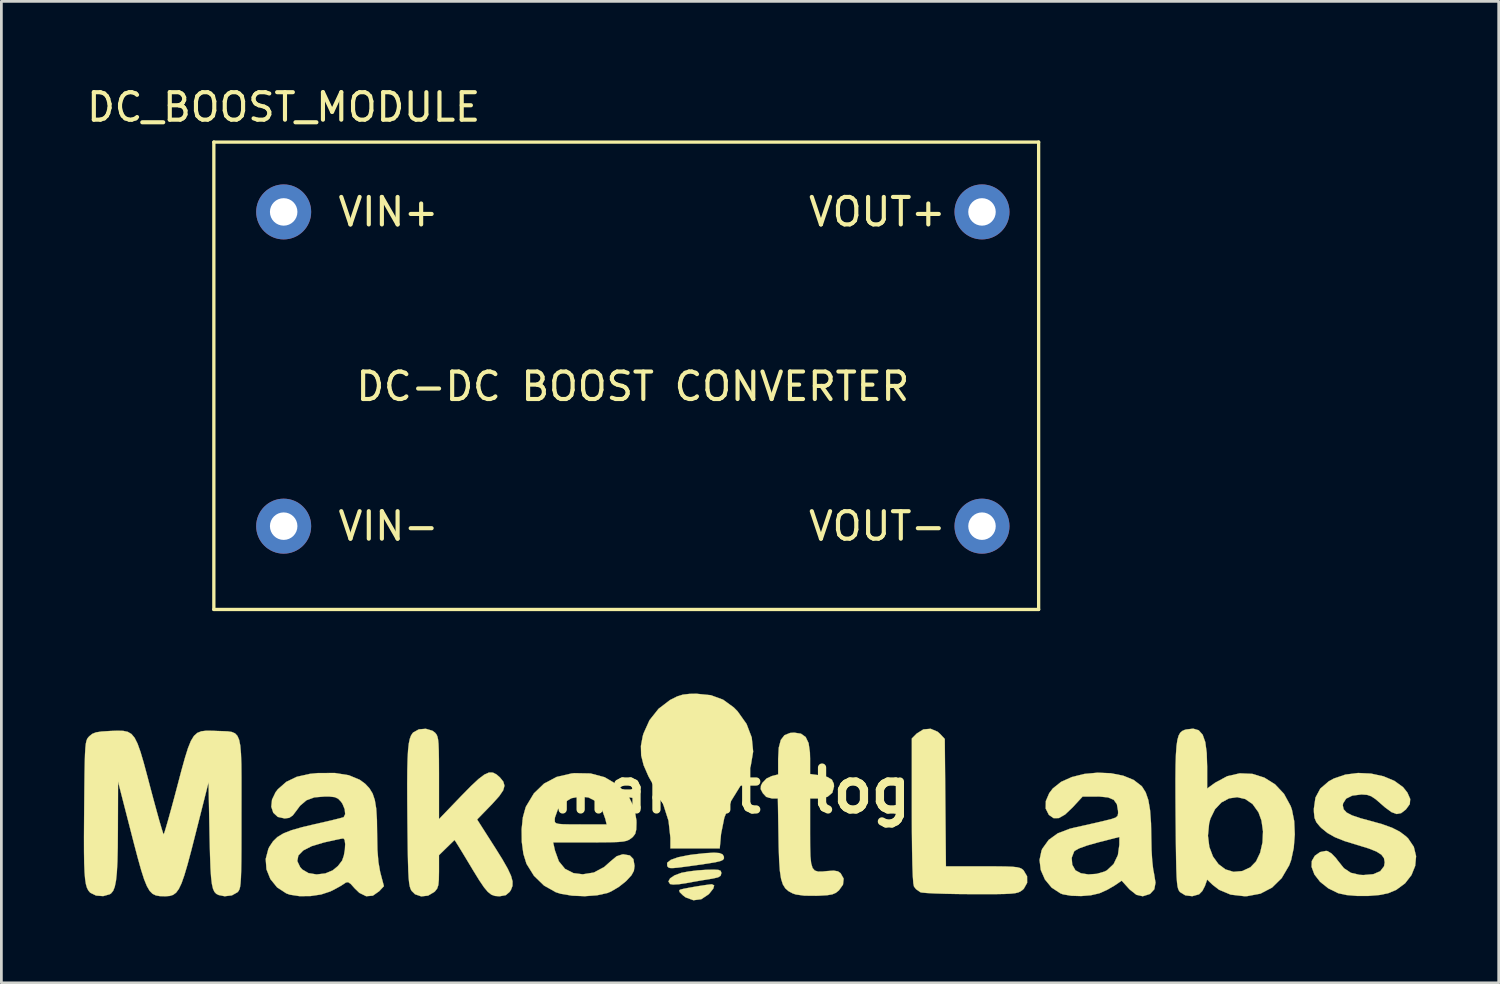
<source format=kicad_pcb>
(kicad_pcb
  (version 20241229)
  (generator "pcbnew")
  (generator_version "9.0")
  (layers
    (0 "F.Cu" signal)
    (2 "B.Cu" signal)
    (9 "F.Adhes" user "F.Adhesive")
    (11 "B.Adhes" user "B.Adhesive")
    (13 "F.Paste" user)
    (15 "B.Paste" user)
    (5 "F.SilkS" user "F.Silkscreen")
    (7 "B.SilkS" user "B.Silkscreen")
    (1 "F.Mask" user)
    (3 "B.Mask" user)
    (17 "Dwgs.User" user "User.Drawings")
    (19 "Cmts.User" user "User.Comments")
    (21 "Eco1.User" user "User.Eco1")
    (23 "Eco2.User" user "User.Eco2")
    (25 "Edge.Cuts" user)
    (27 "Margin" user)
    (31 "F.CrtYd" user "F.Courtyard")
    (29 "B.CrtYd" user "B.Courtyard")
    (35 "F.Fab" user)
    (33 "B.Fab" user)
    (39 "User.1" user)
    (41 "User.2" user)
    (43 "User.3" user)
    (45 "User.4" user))
  (footprint "DC_BOOST_MODULE"
    (layer "F.Cu")
    (at 4.728 2.118)
    (property "Reference" "DC_BOOST_MODULE" (at 2.54 -1.27 0) (layer "F.SilkS") (effects (font (size 1 1) (thickness 0.15))))
    (attr through_hole)
    (fp_line (start 0 0) (end 0 17) (stroke (width 0.12) (type solid)) (layer "F.SilkS"))
    (fp_line (start 0 0) (end 30 0) (stroke (width 0.12) (type solid)) (layer "F.SilkS"))
    (fp_line (start 0 17) (end 30 17) (stroke (width 0.12) (type solid)) (layer "F.SilkS"))
    (fp_line (start 30 0) (end 30 17) (stroke (width 0.12) (type solid)) (layer "F.SilkS"))
    (fp_text user "DC-DC BOOST CONVERTER" (at 15.24 8.89 0) (layer "F.SilkS") (effects (font (size 1 1) (thickness 0.15))))
    (fp_text user "VOUT-" (at 24.13 13.97 0) (layer "F.SilkS") (effects (font (size 1 1) (thickness 0.15))))
    (fp_text user "VIN-" (at 6.35 13.97 0) (layer "F.SilkS") (effects (font (size 1 1) (thickness 0.15))))
    (fp_text user "VOUT+" (at 24.13 2.54 0) (layer "F.SilkS") (effects (font (size 1 1) (thickness 0.15))))
    (fp_text user "VIN+" (at 6.35 2.54 0) (layer "F.SilkS") (effects (font (size 1 1) (thickness 0.15))))
    (pad "1" thru_hole circle (at 2.54 2.54) (size 2 2) (drill 1) (layers "*.Cu" "*.Mask"))
    (pad "2" thru_hole circle (at 2.54 13.97) (size 2 2) (drill 1) (layers "*.Cu" "*.Mask"))
    (pad "3" thru_hole circle (at 27.94 2.54) (size 2 2) (drill 1) (layers "*.Cu" "*.Mask"))
    (pad "4" thru_hole circle (at 27.94 13.97) (size 2 2) (drill 1) (layers "*.Cu" "*.Mask")))
  (footprint "makeit-logo"
    (layer "F.Cu")
    (at 24.238 25.703)
    (property "Reference" "makeit-logo" (at 0 0 0) (layer "F.SilkS") (effects (font (size 1.524 1.524) (thickness 0.3))))
    (attr through_hole)
    (fp_poly (pts (xy -1.312 3.452) (xy -1.344 3.567) (xy -1.482 3.742) (xy -1.518 3.779) (xy -1.781 3.954) (xy -2.065 3.991) (xy -2.346 3.889) (xy -2.445 3.815) (xy -2.569 3.693) (xy -2.581 3.626) (xy -2.54 3.603) (xy -2.411 3.572) (xy -2.189 3.53) (xy -1.925 3.484) (xy -1.668 3.444) (xy -1.469 3.417) (xy -1.391 3.411) (xy -1.312 3.452)) (stroke (width 0.01) (type solid)) (fill yes) (layer "F.SilkS"))
    (fp_poly (pts (xy -1.156 2.888) (xy -1.077 2.92) (xy -1.053 2.981) (xy -1.052 3.012) (xy -1.077 3.101) (xy -1.171 3.159) (xy -1.369 3.204) (xy -1.451 3.217) (xy -1.748 3.265) (xy -2.097 3.326) (xy -2.335 3.37) (xy -2.595 3.409) (xy -2.805 3.42) (xy -2.916 3.402) (xy -2.976 3.308) (xy -2.915 3.196) (xy -2.752 3.086) (xy -2.506 2.995) (xy -2.497 2.993) (xy -2.237 2.944) (xy -1.906 2.904) (xy -1.597 2.884) (xy -1.319 2.878) (xy -1.156 2.888)) (stroke (width 0.01) (type solid)) (fill yes) (layer "F.SilkS"))
    (fp_poly (pts (xy -1.12 2.275) (xy -1.007 2.322) (xy -0.959 2.402) (xy -0.958 2.407) (xy -0.956 2.472) (xy -0.993 2.523) (xy -1.09 2.567) (xy -1.266 2.609) (xy -1.543 2.655) (xy -1.941 2.713) (xy -1.99 2.72) (xy -2.378 2.773) (xy -2.646 2.807) (xy -2.82 2.822) (xy -2.922 2.819) (xy -2.978 2.797) (xy -3.011 2.759) (xy -3.019 2.746) (xy -3.022 2.629) (xy -2.888 2.522) (xy -2.624 2.428) (xy -2.238 2.35) (xy -2.047 2.324) (xy -1.621 2.278) (xy -1.318 2.261) (xy -1.12 2.275)) (stroke (width 0.01) (type solid)) (fill yes) (layer "F.SilkS"))
    (fp_poly (pts (xy -1.433 -3.467) (xy -0.987 -3.304) (xy -0.596 -3.019) (xy -0.458 -2.878) (xy -0.133 -2.42) (xy 0.055 -1.927) (xy 0.106 -1.415) (xy 0.019 -0.9) (xy -0.207 -0.398) (xy -0.333 -0.208) (xy -0.695 0.378) (xy -0.942 0.987) (xy -1.061 1.578) (xy -1.109 2.105) (xy -2.903 2.105) (xy -2.903 1.721) (xy -2.972 1.101) (xy -3.174 0.471) (xy -3.432 -0.035) (xy -3.701 -0.515) (xy -3.877 -0.919) (xy -3.967 -1.277) (xy -3.976 -1.619) (xy -3.911 -1.973) (xy -3.882 -2.073) (xy -3.664 -2.557) (xy -3.334 -2.973) (xy -2.919 -3.29) (xy -2.897 -3.302) (xy -2.66 -3.421) (xy -2.451 -3.487) (xy -2.206 -3.515) (xy -1.959 -3.52) (xy -1.433 -3.467)) (stroke (width 0.01) (type solid)) (fill yes) (layer "F.SilkS"))
    (fp_poly (pts (xy 6.814 -2.139) (xy 6.9 -2.063) (xy 7.076 -1.875) (xy 7.097 0.441) (xy 7.118 2.758) (xy 8.457 2.758) (xy 8.933 2.759) (xy 9.284 2.763) (xy 9.535 2.773) (xy 9.705 2.791) (xy 9.816 2.819) (xy 9.891 2.858) (xy 9.942 2.903) (xy 10.07 3.12) (xy 10.071 3.359) (xy 9.95 3.575) (xy 9.896 3.623) (xy 9.828 3.671) (xy 9.748 3.708) (xy 9.638 3.734) (xy 9.477 3.752) (xy 9.247 3.763) (xy 8.927 3.769) (xy 8.498 3.77) (xy 8.027 3.769) (xy 7.54 3.765) (xy 7.094 3.756) (xy 6.713 3.744) (xy 6.419 3.728) (xy 6.236 3.711) (xy 6.191 3.701) (xy 6.03 3.588) (xy 5.956 3.492) (xy 5.932 3.373) (xy 5.913 3.111) (xy 5.898 2.709) (xy 5.887 2.171) (xy 5.88 1.5) (xy 5.878 0.727) (xy 5.878 -1.893) (xy 6.056 -2.072) (xy 6.298 -2.223) (xy 6.563 -2.245) (xy 6.814 -2.139)) (stroke (width 0.01) (type solid)) (fill yes) (layer "F.SilkS"))
    (fp_poly (pts (xy 1.845 -2.067) (xy 2.017 -1.945) (xy 2.123 -1.723) (xy 2.171 -1.386) (xy 2.177 -1.161) (xy 2.177 -0.6) (xy 2.515 -0.554) (xy 2.802 -0.493) (xy 2.969 -0.396) (xy 3.041 -0.245) (xy 3.048 -0.148) (xy 2.987 0.081) (xy 2.81 0.229) (xy 2.528 0.289) (xy 2.48 0.29) (xy 2.177 0.29) (xy 2.177 1.519) (xy 2.179 2.017) (xy 2.189 2.388) (xy 2.216 2.649) (xy 2.267 2.818) (xy 2.349 2.912) (xy 2.47 2.949) (xy 2.638 2.946) (xy 2.786 2.931) (xy 3.034 2.914) (xy 3.19 2.94) (xy 3.288 3.009) (xy 3.398 3.206) (xy 3.374 3.425) (xy 3.224 3.634) (xy 3.114 3.722) (xy 2.985 3.777) (xy 2.801 3.808) (xy 2.522 3.825) (xy 2.407 3.829) (xy 1.97 3.825) (xy 1.662 3.782) (xy 1.547 3.744) (xy 1.393 3.661) (xy 1.275 3.558) (xy 1.186 3.413) (xy 1.122 3.21) (xy 1.079 2.929) (xy 1.052 2.55) (xy 1.035 2.056) (xy 1.029 1.724) (xy 1.005 0.29) (xy 0.795 0.29) (xy 0.584 0.233) (xy 0.46 0.1) (xy 0.38 -0.051) (xy 0.39 -0.175) (xy 0.44 -0.276) (xy 0.595 -0.437) (xy 0.78 -0.524) (xy 1.016 -0.585) (xy 1.016 -1.153) (xy 1.038 -1.558) (xy 1.112 -1.839) (xy 1.246 -2.013) (xy 1.45 -2.094) (xy 1.597 -2.105) (xy 1.845 -2.067)) (stroke (width 0.01) (type solid)) (fill yes) (layer "F.SilkS"))
    (fp_poly (pts (xy -11.562 -2.175) (xy -11.466 -2.105) (xy -11.417 -2.047) (xy -11.381 -1.973) (xy -11.355 -1.861) (xy -11.338 -1.692) (xy -11.328 -1.446) (xy -11.323 -1.101) (xy -11.321 -0.637) (xy -11.321 -0.459) (xy -11.321 1.041) (xy -10.505 0.192) (xy -10.155 -0.164) (xy -9.883 -0.418) (xy -9.672 -0.578) (xy -9.503 -0.654) (xy -9.36 -0.652) (xy -9.225 -0.582) (xy -9.104 -0.475) (xy -8.981 -0.323) (xy -8.939 -0.174) (xy -8.986 -0.006) (xy -9.129 0.204) (xy -9.376 0.479) (xy -9.43 0.535) (xy -9.934 1.054) (xy -9.286 2.069) (xy -9.014 2.505) (xy -8.821 2.843) (xy -8.7 3.104) (xy -8.645 3.306) (xy -8.648 3.47) (xy -8.704 3.615) (xy -8.749 3.685) (xy -8.89 3.806) (xy -9.109 3.846) (xy -9.135 3.846) (xy -9.285 3.835) (xy -9.414 3.789) (xy -9.541 3.69) (xy -9.683 3.521) (xy -9.858 3.263) (xy -10.082 2.899) (xy -10.123 2.83) (xy -10.303 2.531) (xy -10.465 2.263) (xy -10.589 2.06) (xy -10.645 1.97) (xy -10.754 1.798) (xy -11.038 2.075) (xy -11.321 2.352) (xy -11.321 2.941) (xy -11.326 3.244) (xy -11.345 3.439) (xy -11.388 3.567) (xy -11.464 3.664) (xy -11.489 3.688) (xy -11.716 3.823) (xy -11.966 3.851) (xy -12.192 3.774) (xy -12.317 3.65) (xy -12.353 3.583) (xy -12.382 3.493) (xy -12.406 3.363) (xy -12.424 3.179) (xy -12.438 2.924) (xy -12.448 2.581) (xy -12.457 2.136) (xy -12.464 1.573) (xy -12.469 1.128) (xy -12.475 0.373) (xy -12.477 -0.25) (xy -12.473 -0.756) (xy -12.462 -1.158) (xy -12.445 -1.469) (xy -12.419 -1.704) (xy -12.384 -1.875) (xy -12.339 -1.998) (xy -12.283 -2.084) (xy -12.259 -2.111) (xy -12.054 -2.224) (xy -11.8 -2.245) (xy -11.562 -2.175)) (stroke (width 0.01) (type solid)) (fill yes) (layer "F.SilkS"))
    (fp_poly (pts (xy -5.81 -0.62) (xy -5.297 -0.484) (xy -4.851 -0.221) (xy -4.737 -0.123) (xy -4.41 0.244) (xy -4.216 0.638) (xy -4.14 1.086) (xy -4.138 1.174) (xy -4.146 1.422) (xy -4.184 1.576) (xy -4.269 1.687) (xy -4.328 1.736) (xy -4.405 1.79) (xy -4.496 1.829) (xy -4.624 1.856) (xy -4.81 1.873) (xy -5.078 1.882) (xy -5.45 1.886) (xy -5.844 1.887) (xy -7.169 1.887) (xy -7.103 2.182) (xy -6.961 2.575) (xy -6.737 2.849) (xy -6.429 3.005) (xy -6.092 3.048) (xy -5.687 2.983) (xy -5.313 2.783) (xy -5.077 2.573) (xy -4.859 2.392) (xy -4.652 2.324) (xy -4.609 2.322) (xy -4.378 2.362) (xy -4.25 2.494) (xy -4.209 2.735) (xy -4.209 2.748) (xy -4.232 2.921) (xy -4.319 3.082) (xy -4.496 3.275) (xy -4.527 3.305) (xy -4.781 3.507) (xy -5.064 3.673) (xy -5.193 3.728) (xy -5.571 3.811) (xy -6.019 3.844) (xy -6.479 3.825) (xy -6.892 3.756) (xy -7.07 3.7) (xy -7.5 3.458) (xy -7.865 3.104) (xy -8.137 2.667) (xy -8.141 2.657) (xy -8.251 2.301) (xy -8.309 1.868) (xy -8.315 1.407) (xy -8.281 1.085) (xy -7.112 1.085) (xy -7.105 1.146) (xy -7.067 1.187) (xy -6.977 1.213) (xy -6.81 1.227) (xy -6.544 1.233) (xy -6.167 1.234) (xy -5.222 1.234) (xy -5.27 1.034) (xy -5.407 0.651) (xy -5.608 0.394) (xy -5.883 0.253) (xy -6.175 0.218) (xy -6.504 0.28) (xy -6.789 0.448) (xy -7 0.693) (xy -7.105 0.988) (xy -7.112 1.085) (xy -8.281 1.085) (xy -8.269 0.973) (xy -8.17 0.615) (xy -8.155 0.581) (xy -7.869 0.105) (xy -7.499 -0.252) (xy -7.041 -0.494) (xy -6.495 -0.621) (xy -6.394 -0.631) (xy -5.81 -0.62)) (stroke (width 0.01) (type solid)) (fill yes) (layer "F.SilkS"))
    (fp_poly (pts (xy 16.312 -2.191) (xy 16.456 -2.03) (xy 16.552 -1.759) (xy 16.604 -1.365) (xy 16.619 -0.873) (xy 16.619 -0.072) (xy 16.91 -0.283) (xy 17.349 -0.52) (xy 17.807 -0.625) (xy 18.264 -0.605) (xy 18.699 -0.469) (xy 19.09 -0.224) (xy 19.416 0.123) (xy 19.656 0.564) (xy 19.703 0.698) (xy 19.786 1.115) (xy 19.807 1.598) (xy 19.769 2.088) (xy 19.675 2.529) (xy 19.604 2.721) (xy 19.33 3.187) (xy 18.98 3.531) (xy 18.559 3.751) (xy 18.073 3.842) (xy 17.977 3.845) (xy 17.475 3.787) (xy 17.052 3.61) (xy 16.819 3.43) (xy 16.62 3.24) (xy 16.539 3.472) (xy 16.445 3.654) (xy 16.329 3.773) (xy 16.326 3.775) (xy 16.078 3.844) (xy 15.825 3.813) (xy 15.632 3.694) (xy 15.596 3.646) (xy 15.566 3.582) (xy 15.542 3.486) (xy 15.524 3.344) (xy 15.509 3.141) (xy 15.498 2.862) (xy 15.49 2.492) (xy 15.483 2.017) (xy 15.479 1.644) (xy 16.648 1.644) (xy 16.699 2.051) (xy 16.831 2.401) (xy 17.031 2.678) (xy 17.285 2.869) (xy 17.577 2.958) (xy 17.895 2.93) (xy 18.193 2.792) (xy 18.398 2.578) (xy 18.547 2.265) (xy 18.633 1.889) (xy 18.651 1.487) (xy 18.596 1.095) (xy 18.488 0.796) (xy 18.271 0.492) (xy 18.005 0.31) (xy 17.712 0.243) (xy 17.416 0.286) (xy 17.139 0.434) (xy 16.905 0.682) (xy 16.737 1.025) (xy 16.692 1.195) (xy 16.648 1.644) (xy 15.479 1.644) (xy 15.477 1.421) (xy 15.472 0.942) (xy 15.467 0.193) (xy 15.466 -0.424) (xy 15.471 -0.922) (xy 15.484 -1.315) (xy 15.505 -1.616) (xy 15.537 -1.838) (xy 15.581 -1.995) (xy 15.639 -2.099) (xy 15.713 -2.165) (xy 15.803 -2.205) (xy 15.852 -2.219) (xy 16.112 -2.25) (xy 16.312 -2.191)) (stroke (width 0.01) (type solid)) (fill yes) (layer "F.SilkS"))
    (fp_poly (pts (xy 22.581 -0.615) (xy 23.032 -0.517) (xy 23.43 -0.351) (xy 23.745 -0.122) (xy 23.902 0.075) (xy 24.005 0.308) (xy 23.99 0.495) (xy 23.853 0.683) (xy 23.843 0.693) (xy 23.677 0.822) (xy 23.513 0.855) (xy 23.324 0.786) (xy 23.085 0.61) (xy 22.969 0.508) (xy 22.75 0.318) (xy 22.587 0.209) (xy 22.437 0.158) (xy 22.254 0.145) (xy 22.222 0.145) (xy 21.899 0.185) (xy 21.674 0.296) (xy 21.563 0.47) (xy 21.554 0.547) (xy 21.585 0.684) (xy 21.691 0.8) (xy 21.891 0.905) (xy 22.203 1.01) (xy 22.497 1.089) (xy 22.98 1.223) (xy 23.347 1.355) (xy 23.628 1.499) (xy 23.852 1.668) (xy 23.93 1.743) (xy 24.136 2.048) (xy 24.219 2.388) (xy 24.187 2.739) (xy 24.051 3.076) (xy 23.818 3.376) (xy 23.497 3.614) (xy 23.198 3.738) (xy 22.876 3.802) (xy 22.484 3.834) (xy 22.072 3.834) (xy 21.693 3.802) (xy 21.399 3.739) (xy 21.379 3.732) (xy 21.02 3.555) (xy 20.727 3.32) (xy 20.52 3.053) (xy 20.418 2.777) (xy 20.425 2.567) (xy 20.536 2.374) (xy 20.728 2.239) (xy 20.944 2.196) (xy 20.998 2.204) (xy 21.141 2.289) (xy 21.3 2.453) (xy 21.362 2.537) (xy 21.593 2.825) (xy 21.846 2.993) (xy 22.161 3.067) (xy 22.301 3.075) (xy 22.661 3.044) (xy 22.915 2.936) (xy 23.054 2.755) (xy 23.078 2.613) (xy 23.051 2.461) (xy 22.957 2.334) (xy 22.778 2.22) (xy 22.494 2.107) (xy 22.086 1.982) (xy 22.085 1.982) (xy 21.619 1.839) (xy 21.267 1.698) (xy 20.996 1.545) (xy 20.775 1.365) (xy 20.719 1.308) (xy 20.591 1.153) (xy 20.526 0.999) (xy 20.503 0.786) (xy 20.501 0.661) (xy 20.559 0.258) (xy 20.735 -0.069) (xy 21.038 -0.331) (xy 21.226 -0.435) (xy 21.648 -0.579) (xy 22.11 -0.637) (xy 22.581 -0.615)) (stroke (width 0.01) (type solid)) (fill yes) (layer "F.SilkS"))
    (fp_poly (pts (xy 13.115 -0.628) (xy 13.563 -0.54) (xy 13.947 -0.384) (xy 14.236 -0.16) (xy 14.254 -0.139) (xy 14.384 0.068) (xy 14.48 0.347) (xy 14.543 0.716) (xy 14.578 1.194) (xy 14.588 1.727) (xy 14.597 2.161) (xy 14.621 2.555) (xy 14.657 2.87) (xy 14.686 3.014) (xy 14.741 3.352) (xy 14.697 3.593) (xy 14.551 3.753) (xy 14.523 3.769) (xy 14.277 3.846) (xy 14.045 3.793) (xy 13.807 3.605) (xy 13.767 3.563) (xy 13.511 3.28) (xy 13.249 3.458) (xy 12.998 3.604) (xy 12.726 3.728) (xy 12.689 3.741) (xy 12.39 3.81) (xy 12.034 3.839) (xy 11.678 3.828) (xy 11.379 3.777) (xy 11.285 3.743) (xy 10.962 3.531) (xy 10.719 3.236) (xy 10.568 2.891) (xy 10.523 2.528) (xy 10.54 2.446) (xy 11.693 2.446) (xy 11.712 2.698) (xy 11.829 2.903) (xy 12.024 3.009) (xy 12.299 3.052) (xy 12.603 3.031) (xy 12.887 2.948) (xy 12.977 2.901) (xy 13.218 2.673) (xy 13.373 2.349) (xy 13.426 1.972) (xy 13.426 1.689) (xy 12.652 1.887) (xy 12.248 2.001) (xy 11.959 2.106) (xy 11.799 2.197) (xy 11.781 2.217) (xy 11.693 2.446) (xy 10.54 2.446) (xy 10.596 2.18) (xy 10.628 2.112) (xy 10.857 1.795) (xy 11.185 1.558) (xy 11.625 1.39) (xy 11.803 1.347) (xy 12.167 1.266) (xy 12.561 1.177) (xy 12.881 1.102) (xy 13.144 1.036) (xy 13.295 0.983) (xy 13.364 0.919) (xy 13.381 0.825) (xy 13.378 0.739) (xy 13.336 0.497) (xy 13.222 0.339) (xy 13.015 0.251) (xy 12.693 0.219) (xy 12.602 0.218) (xy 12.092 0.218) (xy 11.723 0.617) (xy 11.452 0.874) (xy 11.226 1.003) (xy 11.034 1.005) (xy 10.863 0.886) (xy 10.861 0.883) (xy 10.746 0.656) (xy 10.752 0.384) (xy 10.875 0.097) (xy 11.004 -0.073) (xy 11.306 -0.314) (xy 11.7 -0.491) (xy 12.153 -0.603) (xy 12.635 -0.648) (xy 13.115 -0.628)) (stroke (width 0.01) (type solid)) (fill yes) (layer "F.SilkS"))
    (fp_poly (pts (xy -14.599 -0.555) (xy -14.202 -0.39) (xy -14.008 -0.247) (xy -13.851 -0.08) (xy -13.735 0.109) (xy -13.655 0.347) (xy -13.604 0.657) (xy -13.578 1.063) (xy -13.571 1.589) (xy -13.571 1.599) (xy -13.56 2.159) (xy -13.524 2.603) (xy -13.462 2.956) (xy -13.447 3.016) (xy -13.324 3.479) (xy -13.496 3.663) (xy -13.726 3.825) (xy -13.969 3.845) (xy -14.217 3.723) (xy -14.383 3.563) (xy -14.53 3.399) (xy -14.625 3.333) (xy -14.706 3.346) (xy -14.769 3.389) (xy -14.917 3.483) (xy -15.136 3.603) (xy -15.276 3.672) (xy -15.607 3.781) (xy -15.998 3.839) (xy -16.395 3.842) (xy -16.742 3.789) (xy -16.873 3.743) (xy -17.209 3.523) (xy -17.454 3.22) (xy -17.596 2.866) (xy -17.618 2.566) (xy -16.475 2.566) (xy -16.372 2.783) (xy -16.296 2.87) (xy -16.069 3.004) (xy -15.772 3.053) (xy -15.455 3.016) (xy -15.189 2.906) (xy -14.997 2.747) (xy -14.85 2.557) (xy -14.844 2.547) (xy -14.782 2.37) (xy -14.744 2.155) (xy -14.733 1.949) (xy -14.752 1.796) (xy -14.799 1.742) (xy -14.895 1.757) (xy -15.097 1.799) (xy -15.368 1.859) (xy -15.506 1.89) (xy -15.949 2.023) (xy -16.26 2.182) (xy -16.436 2.364) (xy -16.475 2.566) (xy -17.618 2.566) (xy -17.623 2.489) (xy -17.526 2.12) (xy -17.486 2.041) (xy -17.356 1.847) (xy -17.196 1.691) (xy -16.98 1.561) (xy -16.687 1.445) (xy -16.292 1.332) (xy -15.856 1.229) (xy -15.489 1.145) (xy -15.174 1.071) (xy -14.936 1.012) (xy -14.804 0.975) (xy -14.786 0.968) (xy -14.733 0.86) (xy -14.75 0.683) (xy -14.829 0.489) (xy -14.882 0.409) (xy -14.986 0.3) (xy -15.109 0.242) (xy -15.3 0.22) (xy -15.467 0.218) (xy -15.852 0.249) (xy -16.141 0.355) (xy -16.374 0.554) (xy -16.498 0.721) (xy -16.639 0.907) (xy -16.768 0.994) (xy -16.933 1.016) (xy -16.935 1.016) (xy -17.184 0.96) (xy -17.348 0.809) (xy -17.42 0.591) (xy -17.394 0.332) (xy -17.264 0.061) (xy -17.181 -0.046) (xy -16.875 -0.315) (xy -16.493 -0.499) (xy -16.015 -0.606) (xy -15.718 -0.635) (xy -15.102 -0.636) (xy -14.599 -0.555)) (stroke (width 0.01) (type solid)) (fill yes) (layer "F.SilkS"))
    (fp_poly (pts (xy -22.806 -2.169) (xy -22.641 -2.134) (xy -22.505 -2.054) (xy -22.39 -1.915) (xy -22.284 -1.703) (xy -22.177 -1.403) (xy -22.058 -1) (xy -21.918 -0.479) (xy -21.826 -0.127) (xy -21.699 0.348) (xy -21.583 0.773) (xy -21.484 1.129) (xy -21.405 1.397) (xy -21.354 1.557) (xy -21.336 1.596) (xy -21.308 1.529) (xy -21.25 1.34) (xy -21.166 1.049) (xy -21.062 0.674) (xy -20.943 0.235) (xy -20.847 -0.128) (xy -20.691 -0.721) (xy -20.561 -1.188) (xy -20.449 -1.545) (xy -20.344 -1.805) (xy -20.235 -1.984) (xy -20.112 -2.095) (xy -19.965 -2.154) (xy -19.783 -2.175) (xy -19.557 -2.172) (xy -19.408 -2.166) (xy -19.185 -2.159) (xy -19.002 -2.151) (xy -18.854 -2.129) (xy -18.739 -2.079) (xy -18.653 -1.988) (xy -18.59 -1.843) (xy -18.548 -1.631) (xy -18.523 -1.338) (xy -18.509 -0.953) (xy -18.505 -0.46) (xy -18.505 0.151) (xy -18.506 0.846) (xy -18.506 1.545) (xy -18.507 2.114) (xy -18.51 2.566) (xy -18.516 2.917) (xy -18.525 3.18) (xy -18.538 3.371) (xy -18.555 3.503) (xy -18.578 3.591) (xy -18.607 3.65) (xy -18.643 3.693) (xy -18.651 3.701) (xy -18.853 3.814) (xy -19.116 3.846) (xy -19.336 3.801) (xy -19.421 3.758) (xy -19.488 3.687) (xy -19.54 3.574) (xy -19.58 3.401) (xy -19.61 3.154) (xy -19.632 2.815) (xy -19.648 2.369) (xy -19.662 1.799) (xy -19.667 1.575) (xy -19.703 -0.298) (xy -20.175 1.57) (xy -20.335 2.198) (xy -20.469 2.698) (xy -20.584 3.086) (xy -20.686 3.376) (xy -20.784 3.581) (xy -20.883 3.716) (xy -20.992 3.796) (xy -21.116 3.835) (xy -21.264 3.846) (xy -21.302 3.846) (xy -21.475 3.841) (xy -21.618 3.816) (xy -21.739 3.757) (xy -21.846 3.649) (xy -21.945 3.478) (xy -22.046 3.23) (xy -22.154 2.891) (xy -22.279 2.445) (xy -22.428 1.879) (xy -22.502 1.591) (xy -22.994 -0.327) (xy -23 1.415) (xy -23.005 2.063) (xy -23.017 2.58) (xy -23.038 2.983) (xy -23.07 3.285) (xy -23.114 3.502) (xy -23.172 3.649) (xy -23.247 3.741) (xy -23.294 3.773) (xy -23.536 3.841) (xy -23.794 3.821) (xy -24.001 3.72) (xy -24.016 3.706) (xy -24.076 3.634) (xy -24.125 3.538) (xy -24.163 3.405) (xy -24.192 3.22) (xy -24.212 2.97) (xy -24.226 2.64) (xy -24.232 2.216) (xy -24.233 1.684) (xy -24.229 1.029) (xy -24.225 0.564) (xy -24.219 -0.085) (xy -24.213 -0.605) (xy -24.205 -1.011) (xy -24.196 -1.319) (xy -24.183 -1.544) (xy -24.166 -1.703) (xy -24.143 -1.81) (xy -24.114 -1.883) (xy -24.076 -1.935) (xy -24.037 -1.976) (xy -23.931 -2.061) (xy -23.795 -2.115) (xy -23.592 -2.146) (xy -23.282 -2.165) (xy -23.269 -2.166) (xy -23.012 -2.175) (xy -22.806 -2.169)) (stroke (width 0.01) (type solid)) (fill yes) (layer "F.SilkS")))
  (gr_rect
    (start -3 -3)
    (end 51.462 32.699)
    (stroke (width 0.1) (type default))
    (fill no)
    (layer "Edge.Cuts")))
</source>
